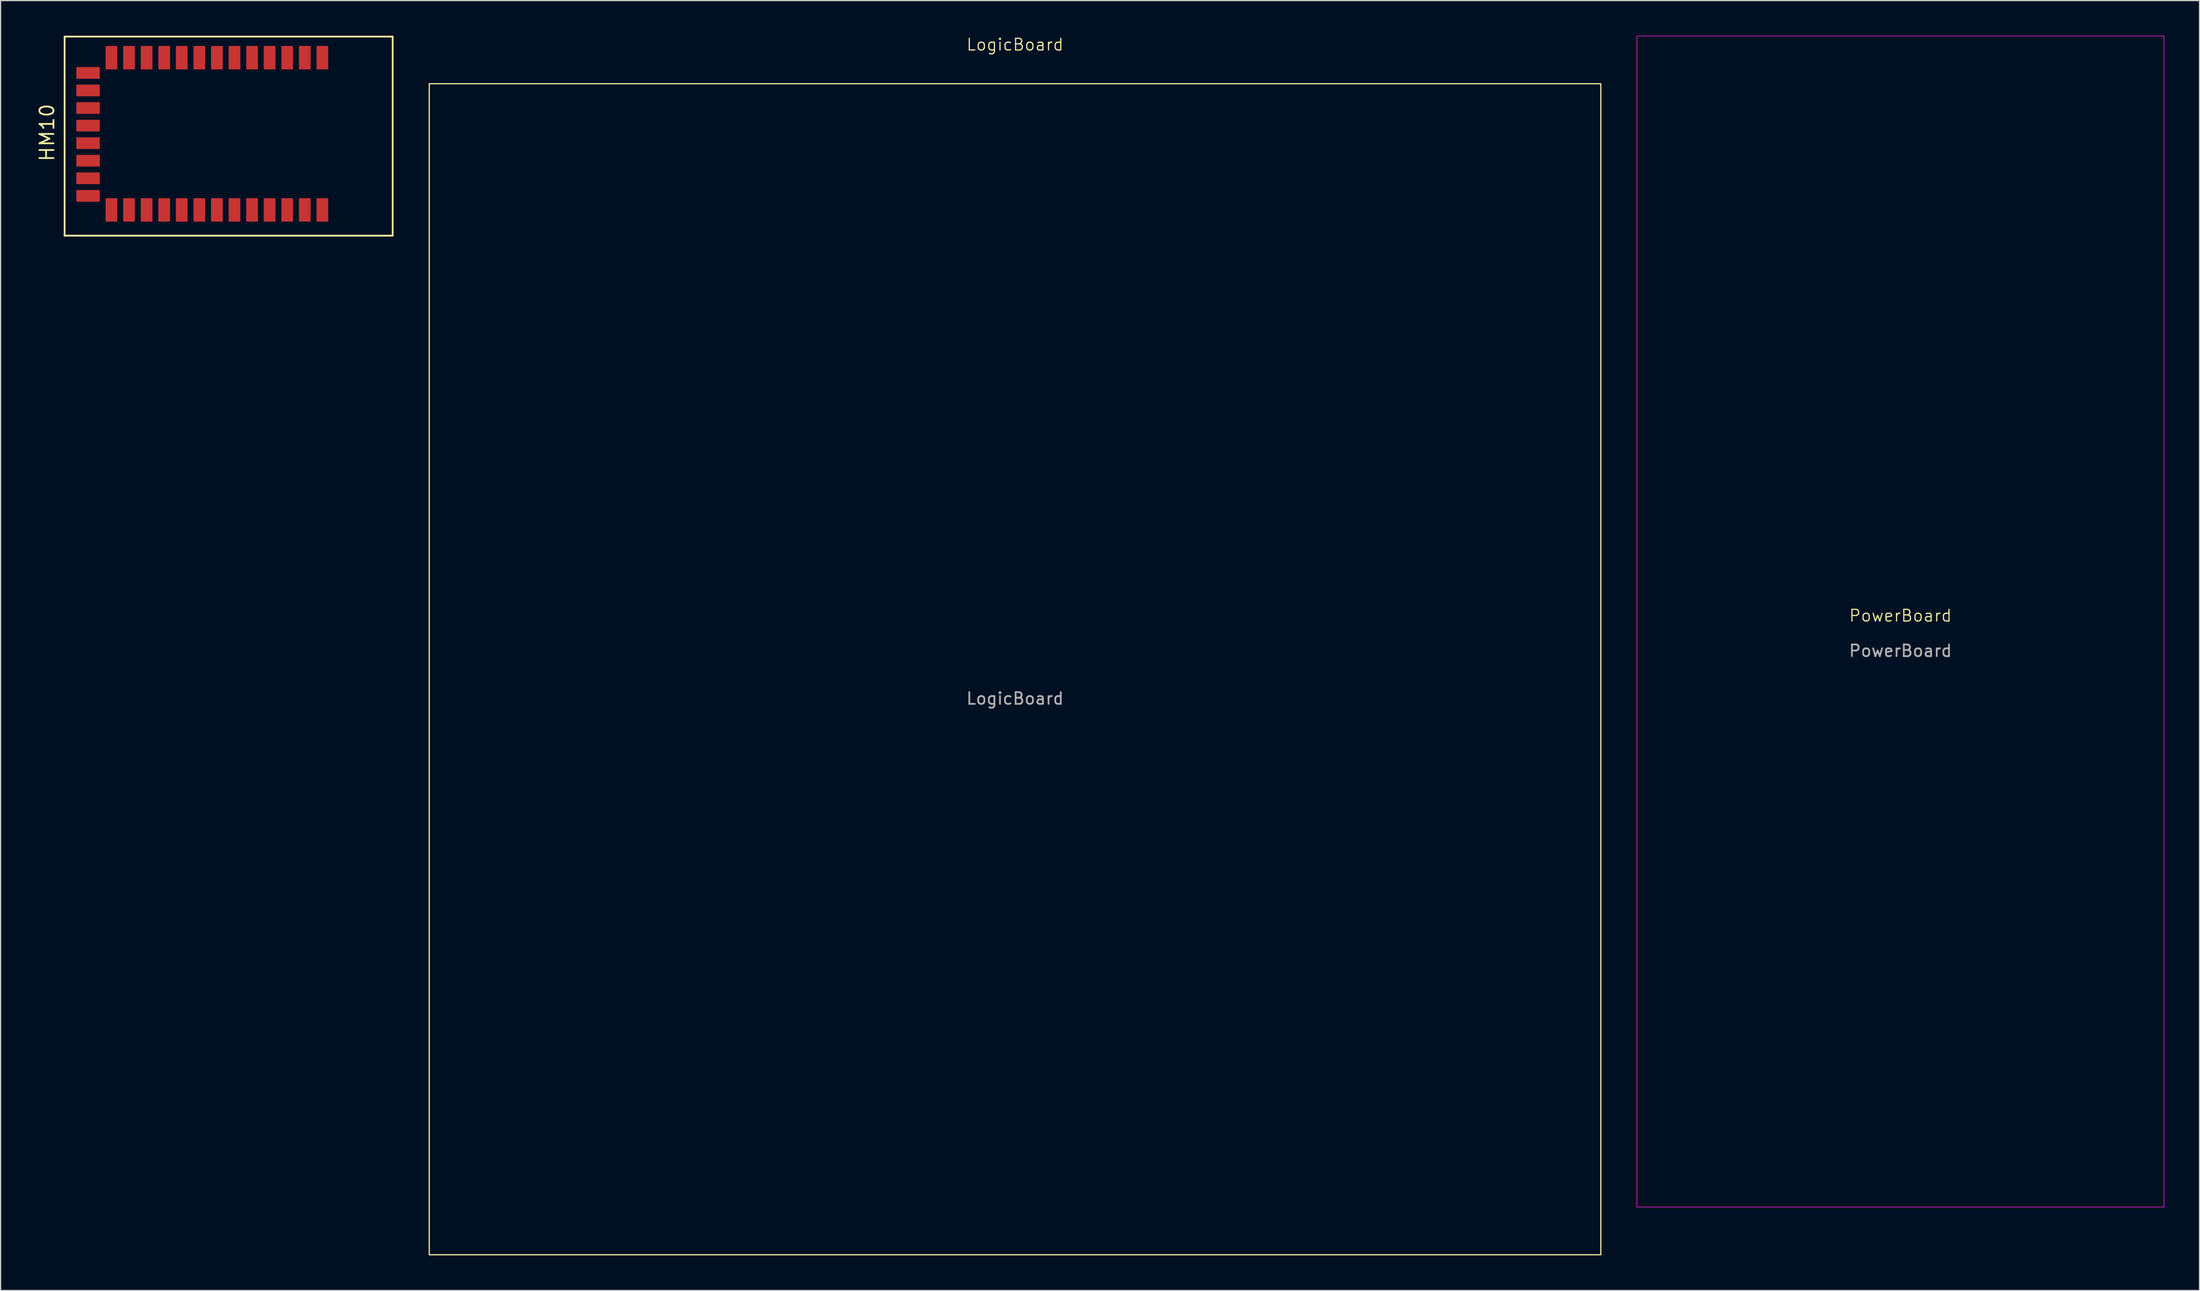
<source format=kicad_pcb>
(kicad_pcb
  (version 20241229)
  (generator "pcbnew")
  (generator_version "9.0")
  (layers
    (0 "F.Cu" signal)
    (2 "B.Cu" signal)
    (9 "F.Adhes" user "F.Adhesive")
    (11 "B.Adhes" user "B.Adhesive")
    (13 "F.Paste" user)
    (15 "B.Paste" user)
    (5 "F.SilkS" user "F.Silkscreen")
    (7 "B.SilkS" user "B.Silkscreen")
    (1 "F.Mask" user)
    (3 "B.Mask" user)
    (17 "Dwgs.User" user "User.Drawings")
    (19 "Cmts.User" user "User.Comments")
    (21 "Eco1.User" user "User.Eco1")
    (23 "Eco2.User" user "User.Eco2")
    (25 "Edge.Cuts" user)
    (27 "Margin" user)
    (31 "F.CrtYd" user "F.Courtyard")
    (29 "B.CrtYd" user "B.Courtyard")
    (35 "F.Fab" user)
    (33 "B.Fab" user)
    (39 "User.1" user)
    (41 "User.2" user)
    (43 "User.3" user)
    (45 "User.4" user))
  (footprint "LogicBoard"
    (layer "F.Cu")
    (at 83.59 54.1)
    (property "Reference" "LogicBoard" (at 0 -53.34 0) (unlocked yes) (layer "F.SilkS") (effects (font (size 1 1) (thickness 0.1))))
    (attr smd)
    (fp_rect (start -50 -50) (end 50 50) (stroke (width 0.1) (type default)) (fill no) (layer "F.SilkS"))
    (fp_text user "${REFERENCE}" (at 0 2.5 0) (unlocked yes) (layer "F.Fab") (effects (font (size 1 1) (thickness 0.15)))))
  (footprint "HM10"
    (layer "F.Cu")
    (at 16.925 8.345)
    (property "Reference" "HM10" (at -15.96 -0.07 90) (layer "F.SilkS") (effects (font (size 1.2 1.2) (thickness 0.15))))
    (attr through_hole)
    (fp_line (start -14.46 -8.27) (end -14.46 8.73) (stroke (width 0.15) (type solid)) (layer "F.SilkS"))
    (fp_line (start -14.46 -8.27) (end 13.54 -8.27) (stroke (width 0.15) (type solid)) (layer "F.SilkS"))
    (fp_line (start -14.46 8.73) (end 13.54 8.73) (stroke (width 0.15) (type solid)) (layer "F.SilkS"))
    (fp_line (start 13.54 -8.27) (end 13.54 8.73) (stroke (width 0.15) (type solid)) (layer "F.SilkS"))
    (pad "1" smd rect (at 7.54 -6.47) (size 1 2) (layers "F.Cu" "F.Mask" "F.Paste"))
    (pad "2" smd rect (at 6.04 -6.47) (size 1 2) (layers "F.Cu" "F.Mask" "F.Paste"))
    (pad "3" smd rect (at 4.54 -6.47) (size 1 2) (layers "F.Cu" "F.Mask" "F.Paste"))
    (pad "4" smd rect (at 3.04 -6.47) (size 1 2) (layers "F.Cu" "F.Mask" "F.Paste"))
    (pad "5" smd rect (at 1.54 -6.47) (size 1 2) (layers "F.Cu" "F.Mask" "F.Paste"))
    (pad "6" smd rect (at 0.04 -6.47) (size 1 2) (layers "F.Cu" "F.Mask" "F.Paste"))
    (pad "7" smd rect (at -1.46 -6.47) (size 1 2) (layers "F.Cu" "F.Mask" "F.Paste"))
    (pad "8" smd rect (at -2.96 -6.47) (size 1 2) (layers "F.Cu" "F.Mask" "F.Paste"))
    (pad "9" smd rect (at -4.46 -6.47) (size 1 2) (layers "F.Cu" "F.Mask" "F.Paste"))
    (pad "10" smd rect (at -5.96 -6.47) (size 1 2) (layers "F.Cu" "F.Mask" "F.Paste"))
    (pad "11" smd rect (at -7.46 -6.47) (size 1 2) (layers "F.Cu" "F.Mask" "F.Paste"))
    (pad "12" smd rect (at -8.96 -6.47) (size 1 2) (layers "F.Cu" "F.Mask" "F.Paste"))
    (pad "13" smd rect (at -10.46 -6.47) (size 1 2) (layers "F.Cu" "F.Mask" "F.Paste"))
    (pad "14" smd rect (at -12.46 -5.17) (size 2 1) (layers "F.Cu" "F.Mask" "F.Paste"))
    (pad "15" smd rect (at -12.46 -3.67) (size 2 1) (layers "F.Cu" "F.Mask" "F.Paste"))
    (pad "16" smd rect (at -12.46 -2.17) (size 2 1) (layers "F.Cu" "F.Mask" "F.Paste"))
    (pad "17" smd rect (at -12.46 -0.67) (size 2 1) (layers "F.Cu" "F.Mask" "F.Paste"))
    (pad "18" smd rect (at -12.46 0.83) (size 2 1) (layers "F.Cu" "F.Mask" "F.Paste"))
    (pad "19" smd rect (at -12.46 2.33) (size 2 1) (layers "F.Cu" "F.Mask" "F.Paste"))
    (pad "20" smd rect (at -12.46 3.83) (size 2 1) (layers "F.Cu" "F.Mask" "F.Paste"))
    (pad "21" smd rect (at -12.46 5.33) (size 2 1) (layers "F.Cu" "F.Mask" "F.Paste"))
    (pad "22" smd rect (at -10.46 6.53) (size 1 2) (layers "F.Cu" "F.Mask" "F.Paste"))
    (pad "23" smd rect (at -8.96 6.53) (size 1 2) (layers "F.Cu" "F.Mask" "F.Paste"))
    (pad "24" smd rect (at -7.46 6.53) (size 1 2) (layers "F.Cu" "F.Mask" "F.Paste"))
    (pad "25" smd rect (at -5.96 6.53) (size 1 2) (layers "F.Cu" "F.Mask" "F.Paste"))
    (pad "26" smd rect (at -4.46 6.53) (size 1 2) (layers "F.Cu" "F.Mask" "F.Paste"))
    (pad "27" smd rect (at -2.96 6.53) (size 1 2) (layers "F.Cu" "F.Mask" "F.Paste"))
    (pad "28" smd rect (at -1.46 6.53) (size 1 2) (layers "F.Cu" "F.Mask" "F.Paste"))
    (pad "29" smd rect (at 0.04 6.53) (size 1 2) (layers "F.Cu" "F.Mask" "F.Paste"))
    (pad "30" smd rect (at 1.54 6.53) (size 1 2) (layers "F.Cu" "F.Mask" "F.Paste"))
    (pad "31" smd rect (at 3.04 6.53) (size 1 2) (layers "F.Cu" "F.Mask" "F.Paste"))
    (pad "32" smd rect (at 4.54 6.53) (size 1 2) (layers "F.Cu" "F.Mask" "F.Paste"))
    (pad "33" smd rect (at 6.04 6.53) (size 1 2) (layers "F.Cu" "F.Mask" "F.Paste"))
    (pad "34" smd rect (at 7.54 6.53) (size 1 2) (layers "F.Cu" "F.Mask" "F.Paste")))
  (footprint "PowerBoard"
    (layer "F.Cu")
    (at 159.165 50.025)
    (property "Reference" "PowerBoard" (at 0 -0.5 0) (unlocked yes) (layer "F.SilkS") (effects (font (size 1 1) (thickness 0.1))))
    (attr through_hole)
    (fp_rect (start -22.5 -50) (end 22.5 50) (stroke (width 0.05) (type default)) (fill no) (layer "F.CrtYd"))
    (fp_text user "${REFERENCE}" (at 0 2.5 0) (unlocked yes) (layer "F.Fab") (effects (font (size 1 1) (thickness 0.15)))))
  (gr_rect
    (start -3 -3)
    (end 184.69 107.15)
    (stroke (width 0.1) (type default))
    (fill no)
    (layer "Edge.Cuts")))
</source>
